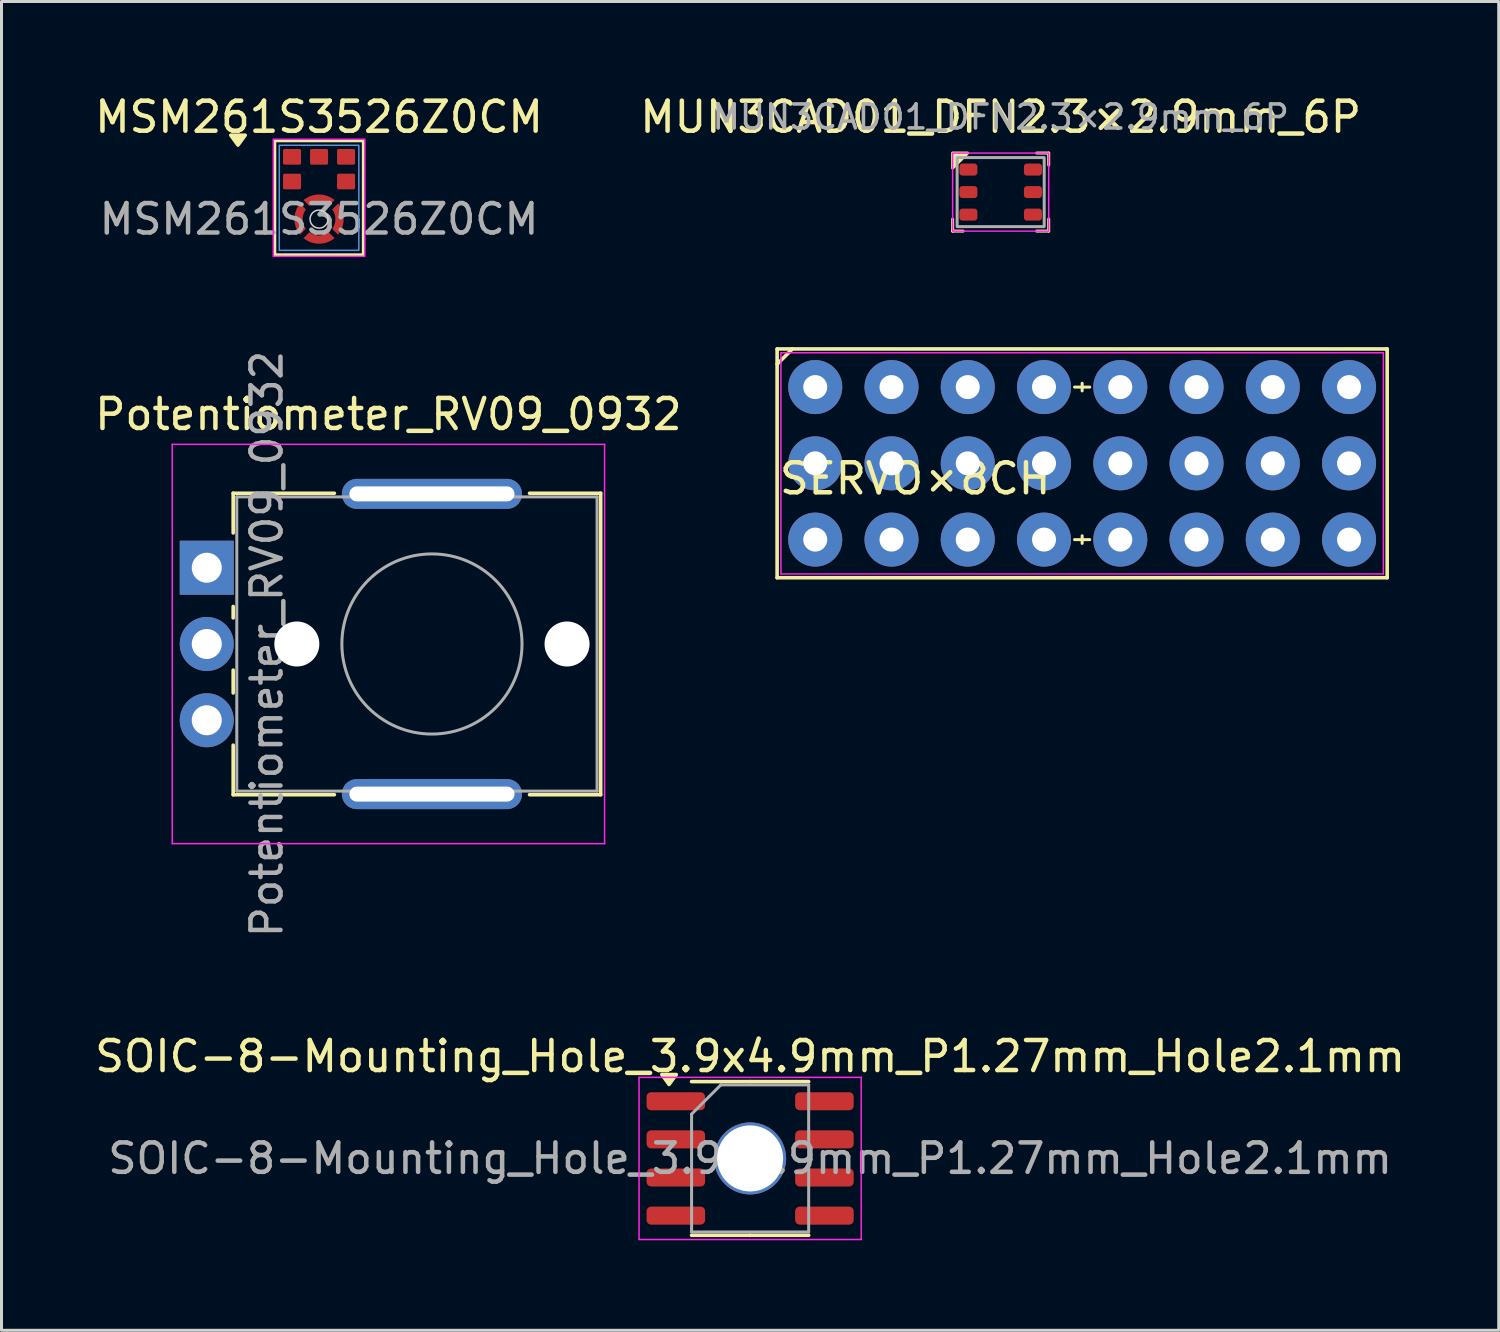
<source format=kicad_pcb>
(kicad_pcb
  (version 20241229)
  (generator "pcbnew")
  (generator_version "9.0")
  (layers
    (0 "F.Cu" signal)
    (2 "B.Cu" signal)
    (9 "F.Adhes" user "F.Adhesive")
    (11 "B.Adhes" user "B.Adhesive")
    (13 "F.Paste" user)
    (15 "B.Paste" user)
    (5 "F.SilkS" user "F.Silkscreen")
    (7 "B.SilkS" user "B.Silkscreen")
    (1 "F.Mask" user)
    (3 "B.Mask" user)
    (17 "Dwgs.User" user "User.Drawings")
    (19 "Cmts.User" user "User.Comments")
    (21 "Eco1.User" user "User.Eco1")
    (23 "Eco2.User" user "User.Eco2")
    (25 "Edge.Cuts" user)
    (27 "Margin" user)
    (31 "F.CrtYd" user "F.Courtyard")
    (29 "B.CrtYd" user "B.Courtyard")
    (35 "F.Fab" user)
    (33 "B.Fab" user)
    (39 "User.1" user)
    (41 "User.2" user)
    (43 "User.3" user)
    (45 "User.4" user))
  (footprint "SOIC-8-Mounting_Hole_3.9x4.9mm_P1.27mm_Hole2.1mm"
    (layer "F.Cu")
    (at 21.935 35.535)
    (property "Reference" "SOIC-8-Mounting_Hole_3.9x4.9mm_P1.27mm_Hole2.1mm" (at 0 -3.4 0) (layer "F.SilkS") (effects (font (size 1 1) (thickness 0.15))))
    (attr smd)
    (fp_line (start 0 -2.56) (end -1.95 -2.56) (stroke (width 0.12) (type solid)) (layer "F.SilkS"))
    (fp_line (start 0 -2.56) (end 1.95 -2.56) (stroke (width 0.12) (type solid)) (layer "F.SilkS"))
    (fp_line (start 0 2.56) (end -1.95 2.56) (stroke (width 0.12) (type solid)) (layer "F.SilkS"))
    (fp_line (start 0 2.56) (end 1.95 2.56) (stroke (width 0.12) (type solid)) (layer "F.SilkS"))
    (fp_poly (pts (xy -2.7 -2.465) (xy -2.94 -2.795) (xy -2.46 -2.795) (xy -2.7 -2.465)) (stroke (width 0.12) (type solid)) (fill yes) (layer "F.SilkS"))
    (fp_line (start -3.7 -2.7) (end -3.7 2.7) (stroke (width 0.05) (type solid)) (layer "F.CrtYd"))
    (fp_line (start -3.7 2.7) (end 3.7 2.7) (stroke (width 0.05) (type solid)) (layer "F.CrtYd"))
    (fp_line (start 3.7 -2.7) (end -3.7 -2.7) (stroke (width 0.05) (type solid)) (layer "F.CrtYd"))
    (fp_line (start 3.7 2.7) (end 3.7 -2.7) (stroke (width 0.05) (type solid)) (layer "F.CrtYd"))
    (fp_line (start -1.95 -1.475) (end -0.975 -2.45) (stroke (width 0.1) (type solid)) (layer "F.Fab"))
    (fp_line (start -1.95 2.45) (end -1.95 -1.475) (stroke (width 0.1) (type solid)) (layer "F.Fab"))
    (fp_line (start -0.975 -2.45) (end 1.95 -2.45) (stroke (width 0.1) (type solid)) (layer "F.Fab"))
    (fp_line (start 1.95 -2.45) (end 1.95 2.45) (stroke (width 0.1) (type solid)) (layer "F.Fab"))
    (fp_line (start 1.95 2.45) (end -1.95 2.45) (stroke (width 0.1) (type solid)) (layer "F.Fab"))
    (fp_text user "${REFERENCE}" (at 0 0 0) (layer "F.Fab") (effects (font (size 0.98 0.98) (thickness 0.15))))
    (pad "" np_thru_hole circle (at 0 0) (size 2.4 2.4) (drill 2.2) (layers "*.Cu" "*.Mask"))
    (pad "1" smd roundrect (at -2.475 -1.905) (size 1.95 0.6) (layers "F.Cu" "F.Mask" "F.Paste") (roundrect_rratio 0.25))
    (pad "2" smd roundrect (at -2.475 -0.635) (size 1.95 0.6) (layers "F.Cu" "F.Mask" "F.Paste") (roundrect_rratio 0.25))
    (pad "3" smd roundrect (at -2.475 0.635) (size 1.95 0.6) (layers "F.Cu" "F.Mask" "F.Paste") (roundrect_rratio 0.25))
    (pad "4" smd roundrect (at -2.475 1.905) (size 1.95 0.6) (layers "F.Cu" "F.Mask" "F.Paste") (roundrect_rratio 0.25))
    (pad "5" smd roundrect (at 2.475 1.905) (size 1.95 0.6) (layers "F.Cu" "F.Mask" "F.Paste") (roundrect_rratio 0.25))
    (pad "6" smd roundrect (at 2.475 0.635) (size 1.95 0.6) (layers "F.Cu" "F.Mask" "F.Paste") (roundrect_rratio 0.25))
    (pad "7" smd roundrect (at 2.475 -0.635) (size 1.95 0.6) (layers "F.Cu" "F.Mask" "F.Paste") (roundrect_rratio 0.25))
    (pad "8" smd roundrect (at 2.475 -1.905) (size 1.95 0.6) (layers "F.Cu" "F.Mask" "F.Paste") (roundrect_rratio 0.25)))
  (footprint "SERVO×8CH"
    (layer "F.Cu")
    (at 24.104 14.923)
    (property "Reference" "SERVO×8CH" (at -1.27 -2.032 0) (layer "F.SilkS") (effects (font (size 1 1) (thickness 0.15)) (justify left)))
    (attr through_hole)
    (fp_line (start -1.27 -6.35) (end -1.27 1.27) (stroke (width 0.12) (type solid)) (layer "F.SilkS"))
    (fp_line (start -1.27 -6.35) (end 19.05 -6.35) (stroke (width 0.12) (type solid)) (layer "F.SilkS"))
    (fp_line (start -1.27 -5.842) (end -0.762 -6.35) (stroke (width 0.12) (type solid)) (layer "F.SilkS"))
    (fp_line (start -1.27 1.27) (end 19.05 1.27) (stroke (width 0.12) (type solid)) (layer "F.SilkS"))
    (fp_line (start 8.636 -5.08) (end 9.144 -5.08) (stroke (width 0.1) (type default)) (layer "F.SilkS"))
    (fp_line (start 8.636 0) (end 9.144 0) (stroke (width 0.1) (type default)) (layer "F.SilkS"))
    (fp_line (start 8.89 -5.207) (end 8.89 -4.953) (stroke (width 0.1) (type default)) (layer "F.SilkS"))
    (fp_line (start 8.89 -0.127) (end 8.89 0.127) (stroke (width 0.1) (type default)) (layer "F.SilkS"))
    (fp_line (start 19.05 -6.35) (end 19.05 1.27) (stroke (width 0.12) (type solid)) (layer "F.SilkS"))
    (fp_line (start -1.143 -6.223) (end 18.923 -6.223) (stroke (width 0.05) (type default)) (layer "F.CrtYd"))
    (fp_line (start -1.143 1.143) (end -1.143 -6.223) (stroke (width 0.05) (type default)) (layer "F.CrtYd"))
    (fp_line (start 18.923 -6.223) (end 18.923 1.143) (stroke (width 0.05) (type default)) (layer "F.CrtYd"))
    (fp_line (start 18.923 1.143) (end -1.143 1.143) (stroke (width 0.05) (type default)) (layer "F.CrtYd"))
    (pad "1" thru_hole circle (at 0 0) (size 1.8 1.8) (drill 0.8) (layers "*.Cu" "*.Mask"))
    (pad "2" thru_hole circle (at 2.54 0) (size 1.8 1.8) (drill 0.8) (layers "*.Cu" "*.Mask"))
    (pad "3" thru_hole circle (at 5.08 0) (size 1.8 1.8) (drill 0.8) (layers "*.Cu" "*.Mask"))
    (pad "4" thru_hole circle (at 7.62 0) (size 1.8 1.8) (drill 0.8) (layers "*.Cu" "*.Mask"))
    (pad "5" thru_hole circle (at 10.16 0) (size 1.8 1.8) (drill 0.8) (layers "*.Cu" "*.Mask"))
    (pad "6" thru_hole circle (at 12.7 0) (size 1.8 1.8) (drill 0.8) (layers "*.Cu" "*.Mask"))
    (pad "7" thru_hole circle (at 15.24 0) (size 1.8 1.8) (drill 0.8) (layers "*.Cu" "*.Mask"))
    (pad "8" thru_hole circle (at 17.78 0) (size 1.8 1.8) (drill 0.8) (layers "*.Cu" "*.Mask"))
    (pad "9" thru_hole circle (at 0 -2.54) (size 1.8 1.8) (drill 0.8) (layers "*.Cu" "*.Mask"))
    (pad "9" thru_hole circle (at 2.54 -2.54) (size 1.8 1.8) (drill 0.8) (layers "*.Cu" "*.Mask"))
    (pad "9" thru_hole circle (at 5.08 -2.54) (size 1.8 1.8) (drill 0.8) (layers "*.Cu" "*.Mask"))
    (pad "9" thru_hole circle (at 7.62 -2.54) (size 1.8 1.8) (drill 0.8) (layers "*.Cu" "*.Mask"))
    (pad "9" thru_hole circle (at 10.16 -2.54) (size 1.8 1.8) (drill 0.8) (layers "*.Cu" "*.Mask"))
    (pad "9" thru_hole circle (at 12.7 -2.54) (size 1.8 1.8) (drill 0.8) (layers "*.Cu" "*.Mask"))
    (pad "9" thru_hole circle (at 15.24 -2.54) (size 1.8 1.8) (drill 0.8) (layers "*.Cu" "*.Mask"))
    (pad "9" thru_hole circle (at 17.78 -2.54) (size 1.8 1.8) (drill 0.8) (layers "*.Cu" "*.Mask"))
    (pad "10" thru_hole circle (at 0 -5.08) (size 1.8 1.8) (drill 0.8) (layers "*.Cu" "*.Mask"))
    (pad "10" thru_hole circle (at 2.54 -5.08) (size 1.8 1.8) (drill 0.8) (layers "*.Cu" "*.Mask"))
    (pad "10" thru_hole circle (at 5.08 -5.08) (size 1.8 1.8) (drill 0.8) (layers "*.Cu" "*.Mask"))
    (pad "10" thru_hole circle (at 7.62 -5.08) (size 1.8 1.8) (drill 0.8) (layers "*.Cu" "*.Mask"))
    (pad "10" thru_hole circle (at 10.16 -5.08) (size 1.8 1.8) (drill 0.8) (layers "*.Cu" "*.Mask"))
    (pad "10" thru_hole circle (at 12.7 -5.08) (size 1.8 1.8) (drill 0.8) (layers "*.Cu" "*.Mask"))
    (pad "10" thru_hole circle (at 15.24 -5.08) (size 1.8 1.8) (drill 0.8) (layers "*.Cu" "*.Mask"))
    (pad "10" thru_hole circle (at 17.78 -5.08) (size 1.8 1.8) (drill 0.8) (layers "*.Cu" "*.Mask")))
  (footprint "MSM261S3526Z0CM"
    (layer "F.Cu")
    (at 7.577 4.248)
    (property "Reference" "MSM261S3526Z0CM" (at 0 -3.4 0) (layer "F.SilkS") (effects (font (size 1 1) (thickness 0.15))))
    (attr smd)
    (fp_rect (start -1.475 -2.61) (end 1.475 1.19) (stroke (width 0.1) (type solid)) (fill no) (layer "F.SilkS"))
    (fp_poly (pts (xy -2.7 -2.465) (xy -2.94 -2.795) (xy -2.46 -2.795) (xy -2.7 -2.465)) (stroke (width 0.12) (type solid)) (fill yes) (layer "F.SilkS"))
    (fp_rect (start -1.325 -2.46) (end 1.325 1.04) (stroke (width 0.05) (type solid)) (fill no) (layer "Cmts.User"))
    (fp_circle (center 0 0) (end 0.3 0) (stroke (width 0.05) (type solid)) (fill no) (layer "Edge.Cuts"))
    (fp_rect (start -1.525 -2.66) (end 1.525 1.24) (stroke (width 0.05) (type solid)) (fill no) (layer "F.CrtYd"))
    (fp_text user "${REFERENCE}" (at 0 0 0) (layer "F.Fab") (effects (font (size 0.98 0.98) (thickness 0.15))))
    (pad "1" smd roundrect (at 0.9 -2.074) (size 0.6 0.522) (layers "F.Cu" "F.Mask" "F.Paste") (roundrect_rratio 0.1))
    (pad "2" smd roundrect (at 0.9 -1.252) (size 0.6 0.522) (layers "F.Cu" "F.Mask" "F.Paste") (roundrect_rratio 0.1))
    (pad "3" smd custom (at -0.71 0 45) (size 0.2 0.2) (layers "F.Cu" "F.Mask" "F.Paste") (options (anchor circle)) (primitives (gr_poly (pts (arc (start 0.42 -0.312499) (mid -0.077302 -0.077302) (end -0.312499 0.42)) (arc (start -0.035 0.42) (mid 0.117492 0.117492) (end 0.42 -0.035)) (xy 0.42 -0.312)) (width 0) (fill yes))))
    (pad "3" smd custom (at 0 -0.71 45) (size 0.2 0.2) (layers "F.Cu" "F.Mask" "F.Paste") (options (anchor circle)) (primitives (gr_poly (pts (arc (start 0.312499 0.42) (mid 0.077302 -0.077302) (end -0.42 -0.312499)) (arc (start -0.42 -0.035) (mid -0.117492 0.117492) (end 0.035 0.42)) (xy 0.312 0.42)) (width 0) (fill yes))))
    (pad "3" smd custom (at 0 0.71 45) (size 0.2 0.2) (layers "F.Cu" "F.Mask" "F.Paste") (options (anchor circle)) (primitives (gr_poly (pts (arc (start -0.312499 -0.42) (mid -0.077302 0.077302) (end 0.42 0.312499)) (arc (start 0.42 0.035) (mid 0.117492 -0.117492) (end -0.035 -0.42)) (xy -0.312 -0.42)) (width 0) (fill yes))))
    (pad "3" smd custom (at 0.71 0 45) (size 0.2 0.2) (layers "F.Cu" "F.Mask" "F.Paste") (options (anchor circle)) (primitives (gr_poly (pts (arc (start -0.42 0.312499) (mid 0.077302 0.077302) (end 0.312499 -0.42)) (arc (start 0.035 -0.42) (mid -0.117492 -0.117492) (end -0.42 0.035)) (xy -0.42 0.312)) (width 0) (fill yes))))
    (pad "4" smd roundrect (at -0.9 -1.252) (size 0.6 0.522) (layers "F.Cu" "F.Mask" "F.Paste") (roundrect_rratio 0.1))
    (pad "5" smd roundrect (at -0.9 -2.074) (size 0.6 0.522) (layers "F.Cu" "F.Mask" "F.Paste") (roundrect_rratio 0.1))
    (pad "6" smd roundrect (at 0 -2.074) (size 0.6 0.522) (layers "F.Cu" "F.Mask" "F.Paste") (roundrect_rratio 0.1)))
  (footprint "Potentiometer_RV09_0932"
    (layer "F.Cu")
    (at 11.337 18.4)
    (property "Reference" "Potentiometer_RV09_0932" (at -1.45 -7.65 0) (layer "F.SilkS") (effects (font (size 1 1) (thickness 0.15))))
    (attr through_hole)
    (fp_line (start -6.62 -5.021) (end -6.62 -3.7) (stroke (width 0.12) (type solid)) (layer "F.SilkS"))
    (fp_line (start -6.62 -5.021) (end -3.25 -5.021) (stroke (width 0.12) (type solid)) (layer "F.SilkS"))
    (fp_line (start -6.62 -1.25) (end -6.62 -0.87) (stroke (width 0.12) (type solid)) (layer "F.SilkS"))
    (fp_line (start -6.62 0.871) (end -6.62 1.63) (stroke (width 0.12) (type solid)) (layer "F.SilkS"))
    (fp_line (start -6.62 3.37) (end -6.62 5.02) (stroke (width 0.12) (type solid)) (layer "F.SilkS"))
    (fp_line (start -6.62 5.02) (end -3.25 5.02) (stroke (width 0.12) (type solid)) (layer "F.SilkS"))
    (fp_line (start 3.25 -5.021) (end 5.62 -5.021) (stroke (width 0.12) (type solid)) (layer "F.SilkS"))
    (fp_line (start 3.25 5.02) (end 5.62 5.02) (stroke (width 0.12) (type solid)) (layer "F.SilkS"))
    (fp_line (start 5.62 -5.021) (end 5.62 5.02) (stroke (width 0.12) (type solid)) (layer "F.SilkS"))
    (fp_line (start -8.65 -6.65) (end -8.65 6.65) (stroke (width 0.05) (type solid)) (layer "F.CrtYd"))
    (fp_line (start -8.65 6.65) (end 5.75 6.65) (stroke (width 0.05) (type solid)) (layer "F.CrtYd"))
    (fp_line (start 5.75 -6.65) (end -8.65 -6.65) (stroke (width 0.05) (type solid)) (layer "F.CrtYd"))
    (fp_line (start 5.75 6.65) (end 5.75 -6.65) (stroke (width 0.05) (type solid)) (layer "F.CrtYd"))
    (fp_line (start -6.5 -4.9) (end -6.5 4.9) (stroke (width 0.1) (type solid)) (layer "F.Fab"))
    (fp_line (start -6.5 4.9) (end 5.5 4.9) (stroke (width 0.1) (type solid)) (layer "F.Fab"))
    (fp_line (start 5.5 -4.9) (end -6.5 -4.9) (stroke (width 0.1) (type solid)) (layer "F.Fab"))
    (fp_line (start 5.5 4.9) (end 5.5 -4.9) (stroke (width 0.1) (type solid)) (layer "F.Fab"))
    (fp_circle (center 0 0) (end 3 0) (stroke (width 0.1) (type solid)) (fill no) (layer "F.Fab"))
    (fp_text user "${REFERENCE}" (at -5.5 0 90) (layer "F.Fab") (effects (font (size 1 1) (thickness 0.15))))
    (pad "" np_thru_hole circle (at -4.5 0) (size 1.5 1.5) (drill 1.5) (layers "*.Cu" "*.Mask"))
    (pad "" np_thru_hole circle (at 4.5 0) (size 1.5 1.5) (drill 1.5) (layers "*.Cu" "*.Mask"))
    (pad "1" thru_hole rect (at -7.5 -2.54) (size 1.8 1.8) (drill 1) (layers "*.Cu" "*.Mask"))
    (pad "2" thru_hole circle (at -7.5 0) (size 1.8 1.8) (drill 1) (layers "*.Cu" "*.Mask"))
    (pad "3" thru_hole circle (at -7.5 2.54) (size 1.8 1.8) (drill 1) (layers "*.Cu" "*.Mask"))
    (pad "MP" thru_hole oval (at 0 -5) (size 6 1) (drill oval 5.5 0.5) (layers "*.Cu" "*.Mask"))
    (pad "MP" thru_hole oval (at 0 5) (size 6 1) (drill oval 5.5 0.5) (layers "*.Cu" "*.Mask")))
  (footprint "MUN3CAD01_DFN2.3×2.9mm_6P"
    (layer "F.Cu")
    (at 30.28 3.348)
    (property "Reference" "MUN3CAD01_DFN2.3×2.9mm_6P" (at 0 -2.5 0) (layer "F.SilkS") (effects (font (size 1 1) (thickness 0.15))))
    (attr smd)
    (fp_line (start -1.6 1.3) (end -1.6 0.9) (stroke (width 0.1) (type solid)) (layer "F.SilkS"))
    (fp_line (start -1.25 1.3) (end -1.6 1.3) (stroke (width 0.1) (type solid)) (layer "F.SilkS"))
    (fp_line (start 1.2 -1.3) (end 1.6 -1.3) (stroke (width 0.1) (type solid)) (layer "F.SilkS"))
    (fp_line (start 1.6 -1.3) (end 1.6 -0.9) (stroke (width 0.1) (type solid)) (layer "F.SilkS"))
    (fp_line (start 1.6 0.9) (end 1.6 1.3) (stroke (width 0.1) (type solid)) (layer "F.SilkS"))
    (fp_line (start 1.6 1.3) (end 1.2 1.3) (stroke (width 0.1) (type solid)) (layer "F.SilkS"))
    (fp_poly (pts (xy -1.6 -1.3) (xy -1.1 -1.3) (xy -1.6 -0.8)) (stroke (width 0.1) (type solid)) (fill yes) (layer "F.SilkS"))
    (fp_rect (start -1.6 -1.3) (end 1.6 1.3) (stroke (width 0.05) (type default)) (fill no) (layer "F.CrtYd"))
    (fp_rect (start -1.45 -1.15) (end 1.45 1.15) (stroke (width 0.1) (type default)) (fill no) (layer "F.Fab"))
    (fp_text user "${REFERENCE}" (at 0 -2.5 0) (layer "F.Fab") (effects (font (size 0.8 0.8) (thickness 0.12))))
    (pad "1" smd roundrect (at -1.075 -0.75) (size 0.6 0.4) (layers "F.Cu" "F.Mask" "F.Paste") (roundrect_rratio 0.25))
    (pad "2" smd roundrect (at -1.075 0) (size 0.6 0.4) (layers "F.Cu" "F.Mask" "F.Paste") (roundrect_rratio 0.25))
    (pad "3" smd roundrect (at -1.075 0.75) (size 0.6 0.4) (layers "F.Cu" "F.Mask" "F.Paste") (roundrect_rratio 0.25))
    (pad "4" smd roundrect (at 1.075 0.75) (size 0.6 0.4) (layers "F.Cu" "F.Mask" "F.Paste") (roundrect_rratio 0.25))
    (pad "5" smd roundrect (at 1.075 0) (size 0.6 0.4) (layers "F.Cu" "F.Mask" "F.Paste") (roundrect_rratio 0.25))
    (pad "6" smd roundrect (at 1.075 -0.75) (size 0.6 0.4) (layers "F.Cu" "F.Mask" "F.Paste") (roundrect_rratio 0.25)))
  (gr_rect
    (start -3 -3)
    (end 46.869 41.26)
    (stroke (width 0.1) (type default))
    (fill no)
    (layer "Edge.Cuts")))
</source>
